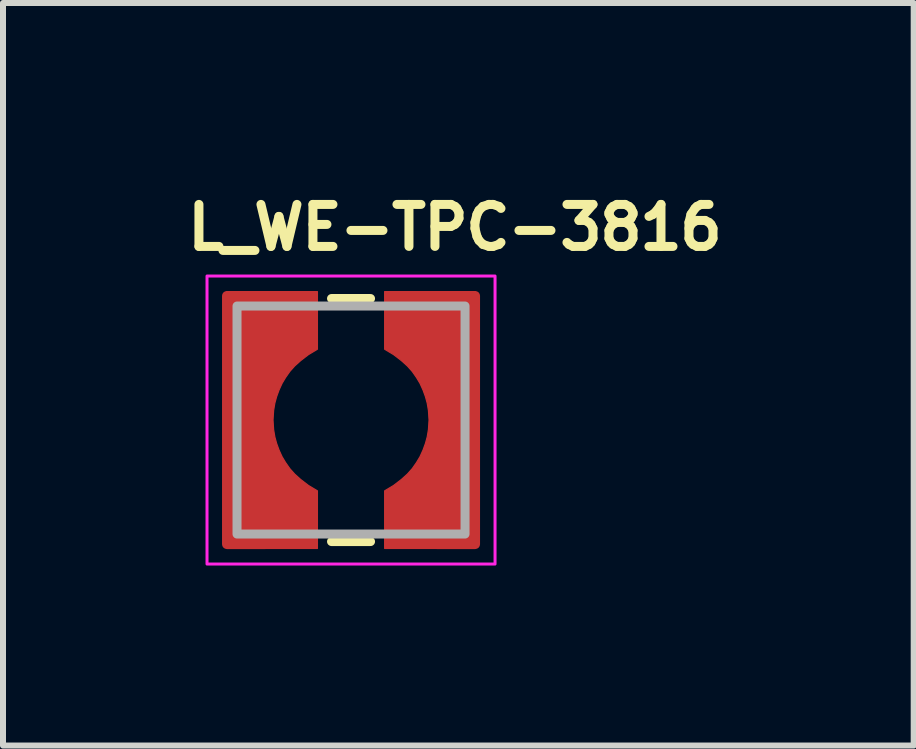
<source format=kicad_pcb>
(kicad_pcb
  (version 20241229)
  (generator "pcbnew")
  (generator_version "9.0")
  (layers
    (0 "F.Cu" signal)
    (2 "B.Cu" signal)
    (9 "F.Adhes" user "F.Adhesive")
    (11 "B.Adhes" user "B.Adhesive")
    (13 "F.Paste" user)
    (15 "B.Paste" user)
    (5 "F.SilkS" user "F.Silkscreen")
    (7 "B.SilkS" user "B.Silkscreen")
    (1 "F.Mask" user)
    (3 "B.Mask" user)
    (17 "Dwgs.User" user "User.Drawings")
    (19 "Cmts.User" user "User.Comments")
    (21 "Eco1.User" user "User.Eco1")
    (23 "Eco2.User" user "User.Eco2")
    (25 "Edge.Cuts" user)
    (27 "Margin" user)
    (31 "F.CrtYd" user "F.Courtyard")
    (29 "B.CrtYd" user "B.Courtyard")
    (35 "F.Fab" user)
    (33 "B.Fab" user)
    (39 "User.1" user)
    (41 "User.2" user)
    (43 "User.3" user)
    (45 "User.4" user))
  (footprint "L_WE-TPC-3816"
    (layer "F.Cu")
    (at 2.8 3.95)
    (property "Reference" "L_WE-TPC-3816" (at -2.8 -2.8 180) (layer "F.SilkS") (effects (font (size 0.7 0.7) (thickness 0.15)) (justify left bottom)))
    (attr smd)
    (fp_poly (pts (xy -2.07 -2.14) (xy -0.56 -2.14) (xy -0.56 -1.18) (xy -0.71 -1.09) (xy -0.84 -0.99) (xy -0.94 -0.9) (xy -1.02 -0.81) (xy -1.09 -0.71) (xy -1.15 -0.61) (xy -1.2 -0.5) (xy -1.24 -0.39) (xy -1.27 -0.28) (xy -1.29 -0.16) (xy -1.3 0) (xy -1.29 0.16) (xy -1.27 0.28) (xy -1.24 0.39) (xy -1.2 0.5) (xy -1.15 0.61) (xy -1.09 0.71) (xy -1.02 0.81) (xy -0.94 0.9) (xy -0.84 0.99) (xy -0.71 1.09) (xy -0.56 1.18) (xy -0.56 2.14) (xy -2.07 2.14)) (stroke (width 0.02) (type solid)) (fill yes) (layer "F.Cu"))
    (fp_poly (pts (xy 2.07 2.14) (xy 0.56 2.14) (xy 0.56 1.18) (xy 0.71 1.09) (xy 0.84 0.99) (xy 0.94 0.9) (xy 1.02 0.81) (xy 1.09 0.71) (xy 1.15 0.61) (xy 1.2 0.5) (xy 1.24 0.39) (xy 1.27 0.28) (xy 1.29 0.16) (xy 1.3 0) (xy 1.29 -0.16) (xy 1.27 -0.28) (xy 1.24 -0.39) (xy 1.2 -0.5) (xy 1.15 -0.61) (xy 1.09 -0.71) (xy 1.02 -0.81) (xy 0.94 -0.9) (xy 0.84 -0.99) (xy 0.71 -1.09) (xy 0.56 -1.18) (xy 0.56 -2.14) (xy 2.07 -2.14)) (stroke (width 0.02) (type solid)) (fill yes) (layer "F.Cu"))
    (fp_poly (pts (xy -2.07 -2.14) (xy -0.56 -2.14) (xy -0.56 -1.18) (xy -0.71 -1.09) (xy -0.84 -0.99) (xy -0.94 -0.9) (xy -1.02 -0.81) (xy -1.09 -0.71) (xy -1.15 -0.61) (xy -1.2 -0.5) (xy -1.24 -0.39) (xy -1.27 -0.28) (xy -1.29 -0.16) (xy -1.3 0) (xy -1.29 0.16) (xy -1.27 0.28) (xy -1.24 0.39) (xy -1.2 0.5) (xy -1.15 0.61) (xy -1.09 0.71) (xy -1.02 0.81) (xy -0.94 0.9) (xy -0.84 0.99) (xy -0.71 1.09) (xy -0.56 1.18) (xy -0.56 2.14) (xy -2.07 2.14)) (stroke (width 0.02) (type solid)) (fill yes) (layer "F.Mask"))
    (fp_poly (pts (xy 2.07 2.14) (xy 0.56 2.14) (xy 0.56 1.18) (xy 0.71 1.09) (xy 0.84 0.99) (xy 0.94 0.9) (xy 1.02 0.81) (xy 1.09 0.71) (xy 1.15 0.61) (xy 1.2 0.5) (xy 1.24 0.39) (xy 1.27 0.28) (xy 1.29 0.16) (xy 1.3 0) (xy 1.29 -0.16) (xy 1.27 -0.28) (xy 1.24 -0.39) (xy 1.2 -0.5) (xy 1.15 -0.61) (xy 1.09 -0.71) (xy 1.02 -0.81) (xy 0.94 -0.9) (xy 0.84 -0.99) (xy 0.71 -1.09) (xy 0.56 -1.18) (xy 0.56 -2.14) (xy 2.07 -2.14)) (stroke (width 0.02) (type solid)) (fill yes) (layer "F.Mask"))
    (fp_line (start 0.325 -2.025) (end -0.325 -2.025) (stroke (width 0.15) (type solid)) (layer "F.SilkS"))
    (fp_line (start 0.325 2.025) (end -0.325 2.025) (stroke (width 0.15) (type solid)) (layer "F.SilkS"))
    (fp_poly (pts (xy -2.07 -2.14) (xy -0.56 -2.14) (xy -0.56 -1.18) (xy -0.71 -1.09) (xy -0.84 -0.99) (xy -0.94 -0.9) (xy -1.02 -0.81) (xy -1.09 -0.71) (xy -1.15 -0.61) (xy -1.2 -0.5) (xy -1.24 -0.39) (xy -1.27 -0.28) (xy -1.29 -0.16) (xy -1.3 0) (xy -1.29 0.16) (xy -1.27 0.28) (xy -1.24 0.39) (xy -1.2 0.5) (xy -1.15 0.61) (xy -1.09 0.71) (xy -1.02 0.81) (xy -0.94 0.9) (xy -0.84 0.99) (xy -0.71 1.09) (xy -0.56 1.18) (xy -0.56 2.14) (xy -2.07 2.14)) (stroke (width 0.02) (type solid)) (fill yes) (layer "F.Paste"))
    (fp_poly (pts (xy 2.07 2.14) (xy 0.56 2.14) (xy 0.56 1.18) (xy 0.71 1.09) (xy 0.84 0.99) (xy 0.94 0.9) (xy 1.02 0.81) (xy 1.09 0.71) (xy 1.15 0.61) (xy 1.2 0.5) (xy 1.24 0.39) (xy 1.27 0.28) (xy 1.29 0.16) (xy 1.3 0) (xy 1.29 -0.16) (xy 1.27 -0.28) (xy 1.24 -0.39) (xy 1.2 -0.5) (xy 1.15 -0.61) (xy 1.09 -0.71) (xy 1.02 -0.81) (xy 0.94 -0.9) (xy 0.84 -0.99) (xy 0.71 -1.09) (xy 0.56 -1.18) (xy 0.56 -2.14) (xy 2.07 -2.14)) (stroke (width 0.02) (type solid)) (fill yes) (layer "F.Paste"))
    (fp_rect (start -2.4 -2.4) (end 2.4 2.4) (stroke (width 0.05) (type solid)) (fill no) (layer "F.CrtYd"))
    (fp_rect (start -1.9 -1.9) (end 1.9 1.9) (stroke (width 0.15) (type solid)) (fill no) (layer "F.Fab"))
    (fp_rect (start -1.9 -1.9) (end 1.9 1.9) (stroke (width 0.1) (type solid)) (fill no) (layer "User.5"))
    (fp_line (start -1.9 -1.7) (end -1.9 1.7) (stroke (width 0.02) (type solid)) (layer "User.9"))
    (fp_line (start -1.9 1.7) (end -1.9 1.71) (stroke (width 0.02) (type solid)) (layer "User.9"))
    (fp_line (start -1.9 -1.71) (end -1.9 -1.7) (stroke (width 0.02) (type solid)) (layer "User.9"))
    (fp_line (start -1.9 1.71) (end -1.899 1.72) (stroke (width 0.02) (type solid)) (layer "User.9"))
    (fp_line (start -1.899 -1.72) (end -1.9 -1.71) (stroke (width 0.02) (type solid)) (layer "User.9"))
    (fp_line (start -1.899 1.72) (end -1.898 1.73) (stroke (width 0.02) (type solid)) (layer "User.9"))
    (fp_line (start -1.898 -1.73) (end -1.899 -1.72) (stroke (width 0.02) (type solid)) (layer "User.9"))
    (fp_line (start -1.898 1.73) (end -1.896 1.74) (stroke (width 0.02) (type solid)) (layer "User.9"))
    (fp_line (start -1.896 -1.74) (end -1.898 -1.73) (stroke (width 0.02) (type solid)) (layer "User.9"))
    (fp_line (start -1.896 1.74) (end -1.894 1.75) (stroke (width 0.02) (type solid)) (layer "User.9"))
    (fp_line (start -1.894 -1.75) (end -1.896 -1.74) (stroke (width 0.02) (type solid)) (layer "User.9"))
    (fp_line (start -1.894 1.75) (end -1.891 1.759) (stroke (width 0.02) (type solid)) (layer "User.9"))
    (fp_line (start -1.891 -1.759) (end -1.894 -1.75) (stroke (width 0.02) (type solid)) (layer "User.9"))
    (fp_line (start -1.891 1.759) (end -1.888 1.769) (stroke (width 0.02) (type solid)) (layer "User.9"))
    (fp_line (start -1.888 -1.769) (end -1.891 -1.759) (stroke (width 0.02) (type solid)) (layer "User.9"))
    (fp_line (start -1.888 1.769) (end -1.884 1.778) (stroke (width 0.02) (type solid)) (layer "User.9"))
    (fp_line (start -1.884 -1.778) (end -1.888 -1.769) (stroke (width 0.02) (type solid)) (layer "User.9"))
    (fp_line (start -1.884 1.778) (end -1.88 1.787) (stroke (width 0.02) (type solid)) (layer "User.9"))
    (fp_line (start -1.88 -1.787) (end -1.884 -1.778) (stroke (width 0.02) (type solid)) (layer "User.9"))
    (fp_line (start -1.88 1.787) (end -1.876 1.795) (stroke (width 0.02) (type solid)) (layer "User.9"))
    (fp_line (start -1.876 -1.795) (end -1.88 -1.787) (stroke (width 0.02) (type solid)) (layer "User.9"))
    (fp_line (start -1.876 1.795) (end -1.871 1.804) (stroke (width 0.02) (type solid)) (layer "User.9"))
    (fp_line (start -1.871 -1.804) (end -1.876 -1.795) (stroke (width 0.02) (type solid)) (layer "User.9"))
    (fp_line (start -1.871 1.804) (end -1.866 1.812) (stroke (width 0.02) (type solid)) (layer "User.9"))
    (fp_line (start -1.866 -1.812) (end -1.871 -1.804) (stroke (width 0.02) (type solid)) (layer "User.9"))
    (fp_line (start -1.866 1.812) (end -1.86 1.82) (stroke (width 0.02) (type solid)) (layer "User.9"))
    (fp_line (start -1.86 -1.82) (end -1.866 -1.812) (stroke (width 0.02) (type solid)) (layer "User.9"))
    (fp_line (start -1.86 1.82) (end -1.854 1.827) (stroke (width 0.02) (type solid)) (layer "User.9"))
    (fp_line (start -1.854 -1.827) (end -1.86 -1.82) (stroke (width 0.02) (type solid)) (layer "User.9"))
    (fp_line (start -1.854 1.827) (end -1.848 1.834) (stroke (width 0.02) (type solid)) (layer "User.9"))
    (fp_line (start -1.848 -1.834) (end -1.854 -1.827) (stroke (width 0.02) (type solid)) (layer "User.9"))
    (fp_line (start -1.848 1.834) (end -1.841 1.841) (stroke (width 0.02) (type solid)) (layer "User.9"))
    (fp_line (start -1.841 -1.841) (end -1.848 -1.834) (stroke (width 0.02) (type solid)) (layer "User.9"))
    (fp_line (start -1.841 1.841) (end -1.834 1.848) (stroke (width 0.02) (type solid)) (layer "User.9"))
    (fp_line (start -1.834 -1.848) (end -1.841 -1.841) (stroke (width 0.02) (type solid)) (layer "User.9"))
    (fp_line (start -1.834 1.848) (end -1.827 1.854) (stroke (width 0.02) (type solid)) (layer "User.9"))
    (fp_line (start -1.827 -1.854) (end -1.834 -1.848) (stroke (width 0.02) (type solid)) (layer "User.9"))
    (fp_line (start -1.827 1.854) (end -1.82 1.86) (stroke (width 0.02) (type solid)) (layer "User.9"))
    (fp_line (start -1.82 -1.86) (end -1.827 -1.854) (stroke (width 0.02) (type solid)) (layer "User.9"))
    (fp_line (start -1.82 1.86) (end -1.812 1.866) (stroke (width 0.02) (type solid)) (layer "User.9"))
    (fp_line (start -1.812 -1.866) (end -1.82 -1.86) (stroke (width 0.02) (type solid)) (layer "User.9"))
    (fp_line (start -1.812 1.866) (end -1.804 1.871) (stroke (width 0.02) (type solid)) (layer "User.9"))
    (fp_line (start -1.804 -1.871) (end -1.812 -1.866) (stroke (width 0.02) (type solid)) (layer "User.9"))
    (fp_line (start -1.804 1.871) (end -1.795 1.876) (stroke (width 0.02) (type solid)) (layer "User.9"))
    (fp_line (start -1.795 -1.876) (end -1.804 -1.871) (stroke (width 0.02) (type solid)) (layer "User.9"))
    (fp_line (start -1.795 1.876) (end -1.787 1.88) (stroke (width 0.02) (type solid)) (layer "User.9"))
    (fp_line (start -1.787 -1.88) (end -1.795 -1.876) (stroke (width 0.02) (type solid)) (layer "User.9"))
    (fp_line (start -1.787 1.88) (end -1.778 1.884) (stroke (width 0.02) (type solid)) (layer "User.9"))
    (fp_line (start -1.778 -1.884) (end -1.787 -1.88) (stroke (width 0.02) (type solid)) (layer "User.9"))
    (fp_line (start -1.778 1.884) (end -1.769 1.888) (stroke (width 0.02) (type solid)) (layer "User.9"))
    (fp_line (start -1.769 -1.888) (end -1.778 -1.884) (stroke (width 0.02) (type solid)) (layer "User.9"))
    (fp_line (start -1.769 1.888) (end -1.759 1.891) (stroke (width 0.02) (type solid)) (layer "User.9"))
    (fp_line (start -1.759 -1.891) (end -1.769 -1.888) (stroke (width 0.02) (type solid)) (layer "User.9"))
    (fp_line (start -1.759 1.891) (end -1.75 1.894) (stroke (width 0.02) (type solid)) (layer "User.9"))
    (fp_line (start -1.75 -1.894) (end -1.759 -1.891) (stroke (width 0.02) (type solid)) (layer "User.9"))
    (fp_line (start -1.75 1.894) (end -1.74 1.896) (stroke (width 0.02) (type solid)) (layer "User.9"))
    (fp_line (start -1.74 -1.896) (end -1.75 -1.894) (stroke (width 0.02) (type solid)) (layer "User.9"))
    (fp_line (start -1.74 1.896) (end -1.73 1.898) (stroke (width 0.02) (type solid)) (layer "User.9"))
    (fp_line (start -1.73 -1.898) (end -1.74 -1.896) (stroke (width 0.02) (type solid)) (layer "User.9"))
    (fp_line (start -1.73 1.898) (end -1.72 1.899) (stroke (width 0.02) (type solid)) (layer "User.9"))
    (fp_line (start -1.72 -1.899) (end -1.73 -1.898) (stroke (width 0.02) (type solid)) (layer "User.9"))
    (fp_line (start -1.72 1.899) (end -1.71 1.9) (stroke (width 0.02) (type solid)) (layer "User.9"))
    (fp_line (start -1.71 -1.9) (end -1.72 -1.899) (stroke (width 0.02) (type solid)) (layer "User.9"))
    (fp_line (start -1.71 1.9) (end -1.7 1.9) (stroke (width 0.02) (type solid)) (layer "User.9"))
    (fp_line (start -1.7 -1.9) (end -1.71 -1.9) (stroke (width 0.02) (type solid)) (layer "User.9"))
    (fp_line (start -1.7 1.9) (end -0.6 1.9) (stroke (width 0.02) (type solid)) (layer "User.9"))
    (fp_line (start -1.7 1.9) (end 1.7 1.9) (stroke (width 0.02) (type solid)) (layer "User.9"))
    (fp_line (start -1.26 -0.028) (end -1.254 -0.12) (stroke (width 0.02) (type solid)) (layer "User.9"))
    (fp_line (start -1.258 0.064) (end -1.26 -0.028) (stroke (width 0.02) (type solid)) (layer "User.9"))
    (fp_line (start -1.255 0) (end -1.253 0.065) (stroke (width 0.02) (type solid)) (layer "User.9"))
    (fp_line (start -1.254 -0.12) (end -1.242 -0.212) (stroke (width 0.02) (type solid)) (layer "User.9"))
    (fp_line (start -1.253 -0.065) (end -1.255 0) (stroke (width 0.02) (type solid)) (layer "User.9"))
    (fp_line (start -1.253 0.065) (end -1.249 0.128) (stroke (width 0.02) (type solid)) (layer "User.9"))
    (fp_line (start -1.25 0.155) (end -1.258 0.064) (stroke (width 0.02) (type solid)) (layer "User.9"))
    (fp_line (start -1.249 -0.128) (end -1.253 -0.065) (stroke (width 0.02) (type solid)) (layer "User.9"))
    (fp_line (start -1.249 0.128) (end -1.241 0.191) (stroke (width 0.02) (type solid)) (layer "User.9"))
    (fp_line (start -1.242 -0.212) (end -1.223 -0.303) (stroke (width 0.02) (type solid)) (layer "User.9"))
    (fp_line (start -1.241 -0.191) (end -1.249 -0.128) (stroke (width 0.02) (type solid)) (layer "User.9"))
    (fp_line (start -1.241 0.191) (end -1.23 0.253) (stroke (width 0.02) (type solid)) (layer "User.9"))
    (fp_line (start -1.236 0.246) (end -1.25 0.155) (stroke (width 0.02) (type solid)) (layer "User.9"))
    (fp_line (start -1.23 -0.253) (end -1.241 -0.191) (stroke (width 0.02) (type solid)) (layer "User.9"))
    (fp_line (start -1.23 0.253) (end -1.215 0.314) (stroke (width 0.02) (type solid)) (layer "User.9"))
    (fp_line (start -1.223 -0.303) (end -1.197 -0.393) (stroke (width 0.02) (type solid)) (layer "User.9"))
    (fp_line (start -1.215 -0.314) (end -1.23 -0.253) (stroke (width 0.02) (type solid)) (layer "User.9"))
    (fp_line (start -1.215 0.314) (end -1.199 0.373) (stroke (width 0.02) (type solid)) (layer "User.9"))
    (fp_line (start -1.215 0.335) (end -1.236 0.246) (stroke (width 0.02) (type solid)) (layer "User.9"))
    (fp_line (start -1.199 -0.373) (end -1.215 -0.314) (stroke (width 0.02) (type solid)) (layer "User.9"))
    (fp_line (start -1.199 0.373) (end -1.179 0.432) (stroke (width 0.02) (type solid)) (layer "User.9"))
    (fp_line (start -1.197 -0.393) (end -1.164 -0.482) (stroke (width 0.02) (type solid)) (layer "User.9"))
    (fp_line (start -1.187 0.422) (end -1.215 0.335) (stroke (width 0.02) (type solid)) (layer "User.9"))
    (fp_line (start -1.179 -0.432) (end -1.199 -0.373) (stroke (width 0.02) (type solid)) (layer "User.9"))
    (fp_line (start -1.179 0.432) (end -1.156 0.489) (stroke (width 0.02) (type solid)) (layer "User.9"))
    (fp_line (start -1.164 -0.482) (end -1.145 -0.526) (stroke (width 0.02) (type solid)) (layer "User.9"))
    (fp_line (start -1.156 -0.489) (end -1.179 -0.432) (stroke (width 0.02) (type solid)) (layer "User.9"))
    (fp_line (start -1.156 0.489) (end -1.131 0.544) (stroke (width 0.02) (type solid)) (layer "User.9"))
    (fp_line (start -1.153 0.508) (end -1.187 0.422) (stroke (width 0.02) (type solid)) (layer "User.9"))
    (fp_line (start -1.145 -0.526) (end -1.124 -0.569) (stroke (width 0.02) (type solid)) (layer "User.9"))
    (fp_line (start -1.131 -0.544) (end -1.156 -0.489) (stroke (width 0.02) (type solid)) (layer "User.9"))
    (fp_line (start -1.131 0.544) (end -1.104 0.598) (stroke (width 0.02) (type solid)) (layer "User.9"))
    (fp_line (start -1.124 -0.569) (end -1.102 -0.61) (stroke (width 0.02) (type solid)) (layer "User.9"))
    (fp_line (start -1.113 0.591) (end -1.153 0.508) (stroke (width 0.02) (type solid)) (layer "User.9"))
    (fp_line (start -1.104 -0.598) (end -1.131 -0.544) (stroke (width 0.02) (type solid)) (layer "User.9"))
    (fp_line (start -1.104 0.598) (end -1.073 0.651) (stroke (width 0.02) (type solid)) (layer "User.9"))
    (fp_line (start -1.102 -0.61) (end -1.079 -0.651) (stroke (width 0.02) (type solid)) (layer "User.9"))
    (fp_line (start -1.079 -0.651) (end -1.054 -0.69) (stroke (width 0.02) (type solid)) (layer "User.9"))
    (fp_line (start -1.073 -0.651) (end -1.104 -0.598) (stroke (width 0.02) (type solid)) (layer "User.9"))
    (fp_line (start -1.073 0.651) (end -1.041 0.702) (stroke (width 0.02) (type solid)) (layer "User.9"))
    (fp_line (start -1.067 0.671) (end -1.113 0.591) (stroke (width 0.02) (type solid)) (layer "User.9"))
    (fp_line (start -1.054 -0.69) (end -1.028 -0.729) (stroke (width 0.02) (type solid)) (layer "User.9"))
    (fp_line (start -1.041 -0.702) (end -1.073 -0.651) (stroke (width 0.02) (type solid)) (layer "User.9"))
    (fp_line (start -1.041 0.702) (end -1.006 0.751) (stroke (width 0.02) (type solid)) (layer "User.9"))
    (fp_line (start -1.028 -0.729) (end -1 -0.766) (stroke (width 0.02) (type solid)) (layer "User.9"))
    (fp_line (start -1.014 0.748) (end -1.067 0.671) (stroke (width 0.02) (type solid)) (layer "User.9"))
    (fp_line (start -1.006 -0.751) (end -1.041 -0.702) (stroke (width 0.02) (type solid)) (layer "User.9"))
    (fp_line (start -1.006 0.751) (end -0.968 0.798) (stroke (width 0.02) (type solid)) (layer "User.9"))
    (fp_line (start -1 -0.766) (end -0.972 -0.802) (stroke (width 0.02) (type solid)) (layer "User.9"))
    (fp_line (start -0.972 -0.802) (end -0.942 -0.837) (stroke (width 0.02) (type solid)) (layer "User.9"))
    (fp_line (start -0.968 -0.798) (end -1.006 -0.751) (stroke (width 0.02) (type solid)) (layer "User.9"))
    (fp_line (start -0.968 0.798) (end -0.929 0.844) (stroke (width 0.02) (type solid)) (layer "User.9"))
    (fp_line (start -0.956 0.821) (end -1.014 0.748) (stroke (width 0.02) (type solid)) (layer "User.9"))
    (fp_line (start -0.942 -0.837) (end -0.91 -0.871) (stroke (width 0.02) (type solid)) (layer "User.9"))
    (fp_line (start -0.929 -0.844) (end -0.968 -0.798) (stroke (width 0.02) (type solid)) (layer "User.9"))
    (fp_line (start -0.929 0.844) (end -0.887 0.887) (stroke (width 0.02) (type solid)) (layer "User.9"))
    (fp_line (start -0.91 -0.871) (end -0.878 -0.904) (stroke (width 0.02) (type solid)) (layer "User.9"))
    (fp_line (start -0.891 0.891) (end -0.956 0.821) (stroke (width 0.02) (type solid)) (layer "User.9"))
    (fp_line (start -0.887 -0.887) (end -0.929 -0.844) (stroke (width 0.02) (type solid)) (layer "User.9"))
    (fp_line (start -0.887 0.887) (end -0.844 0.929) (stroke (width 0.02) (type solid)) (layer "User.9"))
    (fp_line (start -0.878 -0.904) (end -0.844 -0.935) (stroke (width 0.02) (type solid)) (layer "User.9"))
    (fp_line (start -0.844 -0.935) (end -0.81 -0.965) (stroke (width 0.02) (type solid)) (layer "User.9"))
    (fp_line (start -0.844 -0.929) (end -0.887 -0.887) (stroke (width 0.02) (type solid)) (layer "User.9"))
    (fp_line (start -0.844 0.929) (end -0.798 0.968) (stroke (width 0.02) (type solid)) (layer "User.9"))
    (fp_line (start -0.821 0.956) (end -0.891 0.891) (stroke (width 0.02) (type solid)) (layer "User.9"))
    (fp_line (start -0.81 -0.965) (end -0.774 -0.994) (stroke (width 0.02) (type solid)) (layer "User.9"))
    (fp_line (start -0.798 -0.968) (end -0.844 -0.929) (stroke (width 0.02) (type solid)) (layer "User.9"))
    (fp_line (start -0.798 0.968) (end -0.751 1.006) (stroke (width 0.02) (type solid)) (layer "User.9"))
    (fp_line (start -0.774 -0.994) (end -0.738 -1.022) (stroke (width 0.02) (type solid)) (layer "User.9"))
    (fp_line (start -0.751 -1.006) (end -0.798 -0.968) (stroke (width 0.02) (type solid)) (layer "User.9"))
    (fp_line (start -0.751 1.006) (end -0.702 1.041) (stroke (width 0.02) (type solid)) (layer "User.9"))
    (fp_line (start -0.748 1.014) (end -0.821 0.956) (stroke (width 0.02) (type solid)) (layer "User.9"))
    (fp_line (start -0.738 -1.022) (end -0.7 -1.048) (stroke (width 0.02) (type solid)) (layer "User.9"))
    (fp_line (start -0.702 -1.041) (end -0.751 -1.006) (stroke (width 0.02) (type solid)) (layer "User.9"))
    (fp_line (start -0.702 1.041) (end -0.651 1.073) (stroke (width 0.02) (type solid)) (layer "User.9"))
    (fp_line (start -0.7 -1.048) (end -0.662 -1.072) (stroke (width 0.02) (type solid)) (layer "User.9"))
    (fp_line (start -0.671 1.067) (end -0.748 1.014) (stroke (width 0.02) (type solid)) (layer "User.9"))
    (fp_line (start -0.662 -1.072) (end -0.622 -1.096) (stroke (width 0.02) (type solid)) (layer "User.9"))
    (fp_line (start -0.651 -1.073) (end -0.702 -1.041) (stroke (width 0.02) (type solid)) (layer "User.9"))
    (fp_line (start -0.651 1.073) (end -0.598 1.104) (stroke (width 0.02) (type solid)) (layer "User.9"))
    (fp_line (start -0.622 -1.096) (end -0.582 -1.118) (stroke (width 0.02) (type solid)) (layer "User.9"))
    (fp_line (start -0.6 -1.9) (end -1.7 -1.9) (stroke (width 0.02) (type solid)) (layer "User.9"))
    (fp_line (start -0.598 -1.104) (end -0.651 -1.073) (stroke (width 0.02) (type solid)) (layer "User.9"))
    (fp_line (start -0.598 1.104) (end -0.544 1.131) (stroke (width 0.02) (type solid)) (layer "User.9"))
    (fp_line (start -0.591 1.113) (end -0.671 1.067) (stroke (width 0.02) (type solid)) (layer "User.9"))
    (fp_line (start -0.582 -1.118) (end -0.541 -1.138) (stroke (width 0.02) (type solid)) (layer "User.9"))
    (fp_line (start -0.544 -1.131) (end -0.598 -1.104) (stroke (width 0.02) (type solid)) (layer "User.9"))
    (fp_line (start -0.544 1.131) (end -0.489 1.156) (stroke (width 0.02) (type solid)) (layer "User.9"))
    (fp_line (start -0.541 -1.138) (end -0.499 -1.157) (stroke (width 0.02) (type solid)) (layer "User.9"))
    (fp_line (start -0.508 1.153) (end -0.591 1.113) (stroke (width 0.02) (type solid)) (layer "User.9"))
    (fp_line (start -0.499 -1.157) (end -0.457 -1.174) (stroke (width 0.02) (type solid)) (layer "User.9"))
    (fp_line (start -0.489 -1.156) (end -0.544 -1.131) (stroke (width 0.02) (type solid)) (layer "User.9"))
    (fp_line (start -0.489 1.156) (end -0.432 1.179) (stroke (width 0.02) (type solid)) (layer "User.9"))
    (fp_line (start -0.457 -1.174) (end -0.413 -1.19) (stroke (width 0.02) (type solid)) (layer "User.9"))
    (fp_line (start -0.432 -1.179) (end -0.489 -1.156) (stroke (width 0.02) (type solid)) (layer "User.9"))
    (fp_line (start -0.432 1.179) (end -0.373 1.199) (stroke (width 0.02) (type solid)) (layer "User.9"))
    (fp_line (start -0.422 1.187) (end -0.508 1.153) (stroke (width 0.02) (type solid)) (layer "User.9"))
    (fp_line (start -0.413 -1.19) (end -0.369 -1.205) (stroke (width 0.02) (type solid)) (layer "User.9"))
    (fp_line (start -0.373 -1.199) (end -0.432 -1.179) (stroke (width 0.02) (type solid)) (layer "User.9"))
    (fp_line (start -0.373 1.199) (end -0.314 1.215) (stroke (width 0.02) (type solid)) (layer "User.9"))
    (fp_line (start -0.369 -1.205) (end -0.325 -1.217) (stroke (width 0.02) (type solid)) (layer "User.9"))
    (fp_line (start -0.335 1.215) (end -0.422 1.187) (stroke (width 0.02) (type solid)) (layer "User.9"))
    (fp_line (start -0.325 -1.217) (end -0.28 -1.229) (stroke (width 0.02) (type solid)) (layer "User.9"))
    (fp_line (start -0.314 -1.215) (end -0.373 -1.199) (stroke (width 0.02) (type solid)) (layer "User.9"))
    (fp_line (start -0.314 1.215) (end -0.253 1.23) (stroke (width 0.02) (type solid)) (layer "User.9"))
    (fp_line (start -0.28 -1.229) (end -0.234 -1.238) (stroke (width 0.02) (type solid)) (layer "User.9"))
    (fp_line (start -0.253 -1.23) (end -0.314 -1.215) (stroke (width 0.02) (type solid)) (layer "User.9"))
    (fp_line (start -0.253 1.23) (end -0.191 1.241) (stroke (width 0.02) (type solid)) (layer "User.9"))
    (fp_line (start -0.246 1.236) (end -0.335 1.215) (stroke (width 0.02) (type solid)) (layer "User.9"))
    (fp_line (start -0.234 -1.238) (end -0.188 -1.246) (stroke (width 0.02) (type solid)) (layer "User.9"))
    (fp_line (start -0.191 -1.241) (end -0.253 -1.23) (stroke (width 0.02) (type solid)) (layer "User.9"))
    (fp_line (start -0.191 1.241) (end -0.128 1.249) (stroke (width 0.02) (type solid)) (layer "User.9"))
    (fp_line (start -0.188 -1.246) (end -0.142 -1.252) (stroke (width 0.02) (type solid)) (layer "User.9"))
    (fp_line (start -0.155 1.25) (end -0.246 1.236) (stroke (width 0.02) (type solid)) (layer "User.9"))
    (fp_line (start -0.142 -1.252) (end -0.095 -1.256) (stroke (width 0.02) (type solid)) (layer "User.9"))
    (fp_line (start -0.128 -1.249) (end -0.191 -1.241) (stroke (width 0.02) (type solid)) (layer "User.9"))
    (fp_line (start -0.128 1.249) (end -0.065 1.253) (stroke (width 0.02) (type solid)) (layer "User.9"))
    (fp_line (start -0.095 -1.256) (end -0.048 -1.259) (stroke (width 0.02) (type solid)) (layer "User.9"))
    (fp_line (start -0.065 -1.253) (end -0.128 -1.249) (stroke (width 0.02) (type solid)) (layer "User.9"))
    (fp_line (start -0.065 1.253) (end 0 1.255) (stroke (width 0.02) (type solid)) (layer "User.9"))
    (fp_line (start -0.064 1.258) (end -0.155 1.25) (stroke (width 0.02) (type solid)) (layer "User.9"))
    (fp_line (start -0.048 -1.259) (end 0 -1.26) (stroke (width 0.02) (type solid)) (layer "User.9"))
    (fp_line (start 0 -1.26) (end 0.062 -1.258) (stroke (width 0.02) (type solid)) (layer "User.9"))
    (fp_line (start 0 -1.255) (end -0.065 -1.253) (stroke (width 0.02) (type solid)) (layer "User.9"))
    (fp_line (start 0 1.255) (end 0.065 1.253) (stroke (width 0.02) (type solid)) (layer "User.9"))
    (fp_line (start 0.028 1.26) (end -0.064 1.258) (stroke (width 0.02) (type solid)) (layer "User.9"))
    (fp_line (start 0.062 -1.258) (end 0.125 -1.254) (stroke (width 0.02) (type solid)) (layer "User.9"))
    (fp_line (start 0.065 -1.253) (end 0 -1.255) (stroke (width 0.02) (type solid)) (layer "User.9"))
    (fp_line (start 0.065 1.253) (end 0.128 1.249) (stroke (width 0.02) (type solid)) (layer "User.9"))
    (fp_line (start 0.12 1.254) (end 0.028 1.26) (stroke (width 0.02) (type solid)) (layer "User.9"))
    (fp_line (start 0.125 -1.254) (end 0.186 -1.246) (stroke (width 0.02) (type solid)) (layer "User.9"))
    (fp_line (start 0.128 -1.249) (end 0.065 -1.253) (stroke (width 0.02) (type solid)) (layer "User.9"))
    (fp_line (start 0.128 1.249) (end 0.191 1.241) (stroke (width 0.02) (type solid)) (layer "User.9"))
    (fp_line (start 0.186 -1.246) (end 0.247 -1.236) (stroke (width 0.02) (type solid)) (layer "User.9"))
    (fp_line (start 0.191 -1.241) (end 0.128 -1.249) (stroke (width 0.02) (type solid)) (layer "User.9"))
    (fp_line (start 0.191 1.241) (end 0.253 1.23) (stroke (width 0.02) (type solid)) (layer "User.9"))
    (fp_line (start 0.212 1.242) (end 0.12 1.254) (stroke (width 0.02) (type solid)) (layer "User.9"))
    (fp_line (start 0.247 -1.236) (end 0.307 -1.222) (stroke (width 0.02) (type solid)) (layer "User.9"))
    (fp_line (start 0.253 -1.23) (end 0.191 -1.241) (stroke (width 0.02) (type solid)) (layer "User.9"))
    (fp_line (start 0.253 1.23) (end 0.314 1.215) (stroke (width 0.02) (type solid)) (layer "User.9"))
    (fp_line (start 0.303 1.223) (end 0.212 1.242) (stroke (width 0.02) (type solid)) (layer "User.9"))
    (fp_line (start 0.307 -1.222) (end 0.366 -1.206) (stroke (width 0.02) (type solid)) (layer "User.9"))
    (fp_line (start 0.314 -1.215) (end 0.253 -1.23) (stroke (width 0.02) (type solid)) (layer "User.9"))
    (fp_line (start 0.314 1.215) (end 0.373 1.199) (stroke (width 0.02) (type solid)) (layer "User.9"))
    (fp_line (start 0.366 -1.206) (end 0.425 -1.186) (stroke (width 0.02) (type solid)) (layer "User.9"))
    (fp_line (start 0.373 -1.199) (end 0.314 -1.215) (stroke (width 0.02) (type solid)) (layer "User.9"))
    (fp_line (start 0.373 1.199) (end 0.432 1.179) (stroke (width 0.02) (type solid)) (layer "User.9"))
    (fp_line (start 0.393 1.197) (end 0.303 1.223) (stroke (width 0.02) (type solid)) (layer "User.9"))
    (fp_line (start 0.425 -1.186) (end 0.482 -1.164) (stroke (width 0.02) (type solid)) (layer "User.9"))
    (fp_line (start 0.432 -1.179) (end 0.373 -1.199) (stroke (width 0.02) (type solid)) (layer "User.9"))
    (fp_line (start 0.432 1.179) (end 0.489 1.156) (stroke (width 0.02) (type solid)) (layer "User.9"))
    (fp_line (start 0.482 -1.164) (end 0.538 -1.139) (stroke (width 0.02) (type solid)) (layer "User.9"))
    (fp_line (start 0.482 1.164) (end 0.393 1.197) (stroke (width 0.02) (type solid)) (layer "User.9"))
    (fp_line (start 0.489 -1.156) (end 0.432 -1.179) (stroke (width 0.02) (type solid)) (layer "User.9"))
    (fp_line (start 0.489 1.156) (end 0.544 1.131) (stroke (width 0.02) (type solid)) (layer "User.9"))
    (fp_line (start 0.538 -1.139) (end 0.593 -1.112) (stroke (width 0.02) (type solid)) (layer "User.9"))
    (fp_line (start 0.544 -1.131) (end 0.489 -1.156) (stroke (width 0.02) (type solid)) (layer "User.9"))
    (fp_line (start 0.544 1.131) (end 0.598 1.104) (stroke (width 0.02) (type solid)) (layer "User.9"))
    (fp_line (start 0.569 1.124) (end 0.482 1.164) (stroke (width 0.02) (type solid)) (layer "User.9"))
    (fp_line (start 0.593 -1.112) (end 0.647 -1.081) (stroke (width 0.02) (type solid)) (layer "User.9"))
    (fp_line (start 0.598 -1.104) (end 0.544 -1.131) (stroke (width 0.02) (type solid)) (layer "User.9"))
    (fp_line (start 0.598 1.104) (end 0.651 1.073) (stroke (width 0.02) (type solid)) (layer "User.9"))
    (fp_line (start 0.6 -1.9) (end 1.7 -1.9) (stroke (width 0.02) (type solid)) (layer "User.9"))
    (fp_line (start 0.647 -1.081) (end 0.699 -1.048) (stroke (width 0.02) (type solid)) (layer "User.9"))
    (fp_line (start 0.651 -1.073) (end 0.598 -1.104) (stroke (width 0.02) (type solid)) (layer "User.9"))
    (fp_line (start 0.651 1.073) (end 0.702 1.041) (stroke (width 0.02) (type solid)) (layer "User.9"))
    (fp_line (start 0.651 1.079) (end 0.569 1.124) (stroke (width 0.02) (type solid)) (layer "User.9"))
    (fp_line (start 0.699 -1.048) (end 0.75 -1.013) (stroke (width 0.02) (type solid)) (layer "User.9"))
    (fp_line (start 0.702 -1.041) (end 0.651 -1.073) (stroke (width 0.02) (type solid)) (layer "User.9"))
    (fp_line (start 0.702 1.041) (end 0.751 1.006) (stroke (width 0.02) (type solid)) (layer "User.9"))
    (fp_line (start 0.729 1.028) (end 0.651 1.079) (stroke (width 0.02) (type solid)) (layer "User.9"))
    (fp_line (start 0.75 -1.013) (end 0.799 -0.975) (stroke (width 0.02) (type solid)) (layer "User.9"))
    (fp_line (start 0.751 -1.006) (end 0.702 -1.041) (stroke (width 0.02) (type solid)) (layer "User.9"))
    (fp_line (start 0.751 1.006) (end 0.798 0.968) (stroke (width 0.02) (type solid)) (layer "User.9"))
    (fp_line (start 0.798 -0.968) (end 0.751 -1.006) (stroke (width 0.02) (type solid)) (layer "User.9"))
    (fp_line (start 0.798 0.968) (end 0.844 0.929) (stroke (width 0.02) (type solid)) (layer "User.9"))
    (fp_line (start 0.799 -0.975) (end 0.846 -0.934) (stroke (width 0.02) (type solid)) (layer "User.9"))
    (fp_line (start 0.802 0.972) (end 0.729 1.028) (stroke (width 0.02) (type solid)) (layer "User.9"))
    (fp_line (start 0.844 -0.929) (end 0.798 -0.968) (stroke (width 0.02) (type solid)) (layer "User.9"))
    (fp_line (start 0.844 0.929) (end 0.887 0.887) (stroke (width 0.02) (type solid)) (layer "User.9"))
    (fp_line (start 0.846 -0.934) (end 0.891 -0.891) (stroke (width 0.02) (type solid)) (layer "User.9"))
    (fp_line (start 0.871 0.91) (end 0.802 0.972) (stroke (width 0.02) (type solid)) (layer "User.9"))
    (fp_line (start 0.887 -0.887) (end 0.844 -0.929) (stroke (width 0.02) (type solid)) (layer "User.9"))
    (fp_line (start 0.887 0.887) (end 0.929 0.844) (stroke (width 0.02) (type solid)) (layer "User.9"))
    (fp_line (start 0.891 -0.891) (end 0.934 -0.846) (stroke (width 0.02) (type solid)) (layer "User.9"))
    (fp_line (start 0.929 -0.844) (end 0.887 -0.887) (stroke (width 0.02) (type solid)) (layer "User.9"))
    (fp_line (start 0.929 0.844) (end 0.968 0.798) (stroke (width 0.02) (type solid)) (layer "User.9"))
    (fp_line (start 0.934 -0.846) (end 0.975 -0.799) (stroke (width 0.02) (type solid)) (layer "User.9"))
    (fp_line (start 0.935 0.844) (end 0.871 0.91) (stroke (width 0.02) (type solid)) (layer "User.9"))
    (fp_line (start 0.968 -0.798) (end 0.929 -0.844) (stroke (width 0.02) (type solid)) (layer "User.9"))
    (fp_line (start 0.968 0.798) (end 1.006 0.751) (stroke (width 0.02) (type solid)) (layer "User.9"))
    (fp_line (start 0.975 -0.799) (end 1.013 -0.75) (stroke (width 0.02) (type solid)) (layer "User.9"))
    (fp_line (start 0.994 0.774) (end 0.935 0.844) (stroke (width 0.02) (type solid)) (layer "User.9"))
    (fp_line (start 1.006 -0.751) (end 0.968 -0.798) (stroke (width 0.02) (type solid)) (layer "User.9"))
    (fp_line (start 1.006 0.751) (end 1.041 0.702) (stroke (width 0.02) (type solid)) (layer "User.9"))
    (fp_line (start 1.013 -0.75) (end 1.048 -0.699) (stroke (width 0.02) (type solid)) (layer "User.9"))
    (fp_line (start 1.041 -0.702) (end 1.006 -0.751) (stroke (width 0.02) (type solid)) (layer "User.9"))
    (fp_line (start 1.041 0.702) (end 1.073 0.651) (stroke (width 0.02) (type solid)) (layer "User.9"))
    (fp_line (start 1.048 0.7) (end 0.994 0.774) (stroke (width 0.02) (type solid)) (layer "User.9"))
    (fp_line (start 1.048 -0.699) (end 1.081 -0.647) (stroke (width 0.02) (type solid)) (layer "User.9"))
    (fp_line (start 1.073 -0.651) (end 1.041 -0.702) (stroke (width 0.02) (type solid)) (layer "User.9"))
    (fp_line (start 1.073 0.651) (end 1.104 0.598) (stroke (width 0.02) (type solid)) (layer "User.9"))
    (fp_line (start 1.081 -0.647) (end 1.112 -0.593) (stroke (width 0.02) (type solid)) (layer "User.9"))
    (fp_line (start 1.096 0.622) (end 1.048 0.7) (stroke (width 0.02) (type solid)) (layer "User.9"))
    (fp_line (start 1.104 -0.598) (end 1.073 -0.651) (stroke (width 0.02) (type solid)) (layer "User.9"))
    (fp_line (start 1.104 0.598) (end 1.131 0.544) (stroke (width 0.02) (type solid)) (layer "User.9"))
    (fp_line (start 1.112 -0.593) (end 1.139 -0.538) (stroke (width 0.02) (type solid)) (layer "User.9"))
    (fp_line (start 1.131 -0.544) (end 1.104 -0.598) (stroke (width 0.02) (type solid)) (layer "User.9"))
    (fp_line (start 1.131 0.544) (end 1.156 0.489) (stroke (width 0.02) (type solid)) (layer "User.9"))
    (fp_line (start 1.138 0.541) (end 1.096 0.622) (stroke (width 0.02) (type solid)) (layer "User.9"))
    (fp_line (start 1.139 -0.538) (end 1.164 -0.482) (stroke (width 0.02) (type solid)) (layer "User.9"))
    (fp_line (start 1.156 -0.489) (end 1.131 -0.544) (stroke (width 0.02) (type solid)) (layer "User.9"))
    (fp_line (start 1.156 0.489) (end 1.179 0.432) (stroke (width 0.02) (type solid)) (layer "User.9"))
    (fp_line (start 1.164 -0.482) (end 1.186 -0.425) (stroke (width 0.02) (type solid)) (layer "User.9"))
    (fp_line (start 1.174 0.457) (end 1.138 0.541) (stroke (width 0.02) (type solid)) (layer "User.9"))
    (fp_line (start 1.179 -0.432) (end 1.156 -0.489) (stroke (width 0.02) (type solid)) (layer "User.9"))
    (fp_line (start 1.179 0.432) (end 1.199 0.373) (stroke (width 0.02) (type solid)) (layer "User.9"))
    (fp_line (start 1.186 -0.425) (end 1.206 -0.366) (stroke (width 0.02) (type solid)) (layer "User.9"))
    (fp_line (start 1.199 -0.373) (end 1.179 -0.432) (stroke (width 0.02) (type solid)) (layer "User.9"))
    (fp_line (start 1.199 0.373) (end 1.215 0.314) (stroke (width 0.02) (type solid)) (layer "User.9"))
    (fp_line (start 1.205 0.369) (end 1.174 0.457) (stroke (width 0.02) (type solid)) (layer "User.9"))
    (fp_line (start 1.206 -0.366) (end 1.222 -0.307) (stroke (width 0.02) (type solid)) (layer "User.9"))
    (fp_line (start 1.215 -0.314) (end 1.199 -0.373) (stroke (width 0.02) (type solid)) (layer "User.9"))
    (fp_line (start 1.215 0.314) (end 1.23 0.253) (stroke (width 0.02) (type solid)) (layer "User.9"))
    (fp_line (start 1.222 -0.307) (end 1.236 -0.247) (stroke (width 0.02) (type solid)) (layer "User.9"))
    (fp_line (start 1.229 0.28) (end 1.205 0.369) (stroke (width 0.02) (type solid)) (layer "User.9"))
    (fp_line (start 1.23 -0.253) (end 1.215 -0.314) (stroke (width 0.02) (type solid)) (layer "User.9"))
    (fp_line (start 1.23 0.253) (end 1.241 0.191) (stroke (width 0.02) (type solid)) (layer "User.9"))
    (fp_line (start 1.236 -0.247) (end 1.246 -0.186) (stroke (width 0.02) (type solid)) (layer "User.9"))
    (fp_line (start 1.241 -0.191) (end 1.23 -0.253) (stroke (width 0.02) (type solid)) (layer "User.9"))
    (fp_line (start 1.241 0.191) (end 1.249 0.128) (stroke (width 0.02) (type solid)) (layer "User.9"))
    (fp_line (start 1.246 0.188) (end 1.229 0.28) (stroke (width 0.02) (type solid)) (layer "User.9"))
    (fp_line (start 1.246 -0.186) (end 1.254 -0.125) (stroke (width 0.02) (type solid)) (layer "User.9"))
    (fp_line (start 1.249 -0.128) (end 1.241 -0.191) (stroke (width 0.02) (type solid)) (layer "User.9"))
    (fp_line (start 1.249 0.128) (end 1.253 0.065) (stroke (width 0.02) (type solid)) (layer "User.9"))
    (fp_line (start 1.253 -0.065) (end 1.249 -0.128) (stroke (width 0.02) (type solid)) (layer "User.9"))
    (fp_line (start 1.253 0.065) (end 1.255 0) (stroke (width 0.02) (type solid)) (layer "User.9"))
    (fp_line (start 1.254 -0.125) (end 1.258 -0.062) (stroke (width 0.02) (type solid)) (layer "User.9"))
    (fp_line (start 1.255 0) (end 1.253 -0.065) (stroke (width 0.02) (type solid)) (layer "User.9"))
    (fp_line (start 1.256 0.095) (end 1.246 0.188) (stroke (width 0.02) (type solid)) (layer "User.9"))
    (fp_line (start 1.258 -0.062) (end 1.26 0) (stroke (width 0.02) (type solid)) (layer "User.9"))
    (fp_line (start 1.26 0) (end 1.256 0.095) (stroke (width 0.02) (type solid)) (layer "User.9"))
    (fp_line (start 1.7 -1.9) (end -1.7 -1.9) (stroke (width 0.02) (type solid)) (layer "User.9"))
    (fp_line (start 1.7 1.9) (end 0.6 1.9) (stroke (width 0.02) (type solid)) (layer "User.9"))
    (fp_line (start 1.7 1.9) (end 1.71 1.9) (stroke (width 0.02) (type solid)) (layer "User.9"))
    (fp_line (start 1.71 -1.9) (end 1.7 -1.9) (stroke (width 0.02) (type solid)) (layer "User.9"))
    (fp_line (start 1.71 1.9) (end 1.72 1.899) (stroke (width 0.02) (type solid)) (layer "User.9"))
    (fp_line (start 1.72 -1.899) (end 1.71 -1.9) (stroke (width 0.02) (type solid)) (layer "User.9"))
    (fp_line (start 1.72 1.899) (end 1.73 1.898) (stroke (width 0.02) (type solid)) (layer "User.9"))
    (fp_line (start 1.73 -1.898) (end 1.72 -1.899) (stroke (width 0.02) (type solid)) (layer "User.9"))
    (fp_line (start 1.73 1.898) (end 1.74 1.896) (stroke (width 0.02) (type solid)) (layer "User.9"))
    (fp_line (start 1.74 -1.896) (end 1.73 -1.898) (stroke (width 0.02) (type solid)) (layer "User.9"))
    (fp_line (start 1.74 1.896) (end 1.75 1.894) (stroke (width 0.02) (type solid)) (layer "User.9"))
    (fp_line (start 1.75 -1.894) (end 1.74 -1.896) (stroke (width 0.02) (type solid)) (layer "User.9"))
    (fp_line (start 1.75 1.894) (end 1.759 1.891) (stroke (width 0.02) (type solid)) (layer "User.9"))
    (fp_line (start 1.759 -1.891) (end 1.75 -1.894) (stroke (width 0.02) (type solid)) (layer "User.9"))
    (fp_line (start 1.759 1.891) (end 1.769 1.888) (stroke (width 0.02) (type solid)) (layer "User.9"))
    (fp_line (start 1.769 -1.888) (end 1.759 -1.891) (stroke (width 0.02) (type solid)) (layer "User.9"))
    (fp_line (start 1.769 1.888) (end 1.778 1.884) (stroke (width 0.02) (type solid)) (layer "User.9"))
    (fp_line (start 1.778 -1.884) (end 1.769 -1.888) (stroke (width 0.02) (type solid)) (layer "User.9"))
    (fp_line (start 1.778 1.884) (end 1.787 1.88) (stroke (width 0.02) (type solid)) (layer "User.9"))
    (fp_line (start 1.787 -1.88) (end 1.778 -1.884) (stroke (width 0.02) (type solid)) (layer "User.9"))
    (fp_line (start 1.787 1.88) (end 1.795 1.876) (stroke (width 0.02) (type solid)) (layer "User.9"))
    (fp_line (start 1.795 -1.876) (end 1.787 -1.88) (stroke (width 0.02) (type solid)) (layer "User.9"))
    (fp_line (start 1.795 1.876) (end 1.804 1.871) (stroke (width 0.02) (type solid)) (layer "User.9"))
    (fp_line (start 1.804 -1.871) (end 1.795 -1.876) (stroke (width 0.02) (type solid)) (layer "User.9"))
    (fp_line (start 1.804 1.871) (end 1.812 1.866) (stroke (width 0.02) (type solid)) (layer "User.9"))
    (fp_line (start 1.812 -1.866) (end 1.804 -1.871) (stroke (width 0.02) (type solid)) (layer "User.9"))
    (fp_line (start 1.812 1.866) (end 1.82 1.86) (stroke (width 0.02) (type solid)) (layer "User.9"))
    (fp_line (start 1.82 -1.86) (end 1.812 -1.866) (stroke (width 0.02) (type solid)) (layer "User.9"))
    (fp_line (start 1.82 1.86) (end 1.827 1.854) (stroke (width 0.02) (type solid)) (layer "User.9"))
    (fp_line (start 1.827 -1.854) (end 1.82 -1.86) (stroke (width 0.02) (type solid)) (layer "User.9"))
    (fp_line (start 1.827 1.854) (end 1.834 1.848) (stroke (width 0.02) (type solid)) (layer "User.9"))
    (fp_line (start 1.834 -1.848) (end 1.827 -1.854) (stroke (width 0.02) (type solid)) (layer "User.9"))
    (fp_line (start 1.834 1.848) (end 1.841 1.841) (stroke (width 0.02) (type solid)) (layer "User.9"))
    (fp_line (start 1.841 -1.841) (end 1.834 -1.848) (stroke (width 0.02) (type solid)) (layer "User.9"))
    (fp_line (start 1.841 1.841) (end 1.848 1.834) (stroke (width 0.02) (type solid)) (layer "User.9"))
    (fp_line (start 1.848 -1.834) (end 1.841 -1.841) (stroke (width 0.02) (type solid)) (layer "User.9"))
    (fp_line (start 1.848 1.834) (end 1.854 1.827) (stroke (width 0.02) (type solid)) (layer "User.9"))
    (fp_line (start 1.854 -1.827) (end 1.848 -1.834) (stroke (width 0.02) (type solid)) (layer "User.9"))
    (fp_line (start 1.854 1.827) (end 1.86 1.82) (stroke (width 0.02) (type solid)) (layer "User.9"))
    (fp_line (start 1.86 -1.82) (end 1.854 -1.827) (stroke (width 0.02) (type solid)) (layer "User.9"))
    (fp_line (start 1.86 1.82) (end 1.866 1.812) (stroke (width 0.02) (type solid)) (layer "User.9"))
    (fp_line (start 1.866 -1.812) (end 1.86 -1.82) (stroke (width 0.02) (type solid)) (layer "User.9"))
    (fp_line (start 1.866 1.812) (end 1.871 1.804) (stroke (width 0.02) (type solid)) (layer "User.9"))
    (fp_line (start 1.871 -1.804) (end 1.866 -1.812) (stroke (width 0.02) (type solid)) (layer "User.9"))
    (fp_line (start 1.871 1.804) (end 1.876 1.795) (stroke (width 0.02) (type solid)) (layer "User.9"))
    (fp_line (start 1.876 -1.795) (end 1.871 -1.804) (stroke (width 0.02) (type solid)) (layer "User.9"))
    (fp_line (start 1.876 1.795) (end 1.88 1.787) (stroke (width 0.02) (type solid)) (layer "User.9"))
    (fp_line (start 1.88 -1.787) (end 1.876 -1.795) (stroke (width 0.02) (type solid)) (layer "User.9"))
    (fp_line (start 1.88 1.787) (end 1.884 1.778) (stroke (width 0.02) (type solid)) (layer "User.9"))
    (fp_line (start 1.884 -1.778) (end 1.88 -1.787) (stroke (width 0.02) (type solid)) (layer "User.9"))
    (fp_line (start 1.884 1.778) (end 1.888 1.769) (stroke (width 0.02) (type solid)) (layer "User.9"))
    (fp_line (start 1.888 -1.769) (end 1.884 -1.778) (stroke (width 0.02) (type solid)) (layer "User.9"))
    (fp_line (start 1.888 1.769) (end 1.891 1.759) (stroke (width 0.02) (type solid)) (layer "User.9"))
    (fp_line (start 1.891 -1.759) (end 1.888 -1.769) (stroke (width 0.02) (type solid)) (layer "User.9"))
    (fp_line (start 1.891 1.759) (end 1.894 1.75) (stroke (width 0.02) (type solid)) (layer "User.9"))
    (fp_line (start 1.894 -1.75) (end 1.891 -1.759) (stroke (width 0.02) (type solid)) (layer "User.9"))
    (fp_line (start 1.894 1.75) (end 1.896 1.74) (stroke (width 0.02) (type solid)) (layer "User.9"))
    (fp_line (start 1.896 -1.74) (end 1.894 -1.75) (stroke (width 0.02) (type solid)) (layer "User.9"))
    (fp_line (start 1.896 1.74) (end 1.898 1.73) (stroke (width 0.02) (type solid)) (layer "User.9"))
    (fp_line (start 1.898 -1.73) (end 1.896 -1.74) (stroke (width 0.02) (type solid)) (layer "User.9"))
    (fp_line (start 1.898 1.73) (end 1.899 1.72) (stroke (width 0.02) (type solid)) (layer "User.9"))
    (fp_line (start 1.899 -1.72) (end 1.898 -1.73) (stroke (width 0.02) (type solid)) (layer "User.9"))
    (fp_line (start 1.899 1.72) (end 1.9 1.71) (stroke (width 0.02) (type solid)) (layer "User.9"))
    (fp_line (start 1.9 -1.71) (end 1.899 -1.72) (stroke (width 0.02) (type solid)) (layer "User.9"))
    (fp_line (start 1.9 1.71) (end 1.9 1.7) (stroke (width 0.02) (type solid)) (layer "User.9"))
    (fp_line (start 1.9 -1.7) (end 1.9 -1.71) (stroke (width 0.02) (type solid)) (layer "User.9"))
    (fp_line (start 1.9 -1.7) (end 1.9 1.7) (stroke (width 0.02) (type solid)) (layer "User.9"))
    (fp_line (start 1.9 1.7) (end 1.9 -1.7) (stroke (width 0.02) (type solid)) (layer "User.9"))
    (pad "1" smd roundrect (at -1.75 0) (size 0.8 4.3) (layers "F.Cu" "F.Mask" "F.Paste") (roundrect_rratio 0.1))
    (pad "2" smd roundrect (at 1.75 0) (size 0.8 4.3) (layers "F.Cu" "F.Mask" "F.Paste") (roundrect_rratio 0.1)))
  (gr_rect
    (start -3 -3)
    (end 12.177 9.375)
    (stroke (width 0.1) (type default))
    (fill no)
    (layer "Edge.Cuts")))
</source>
